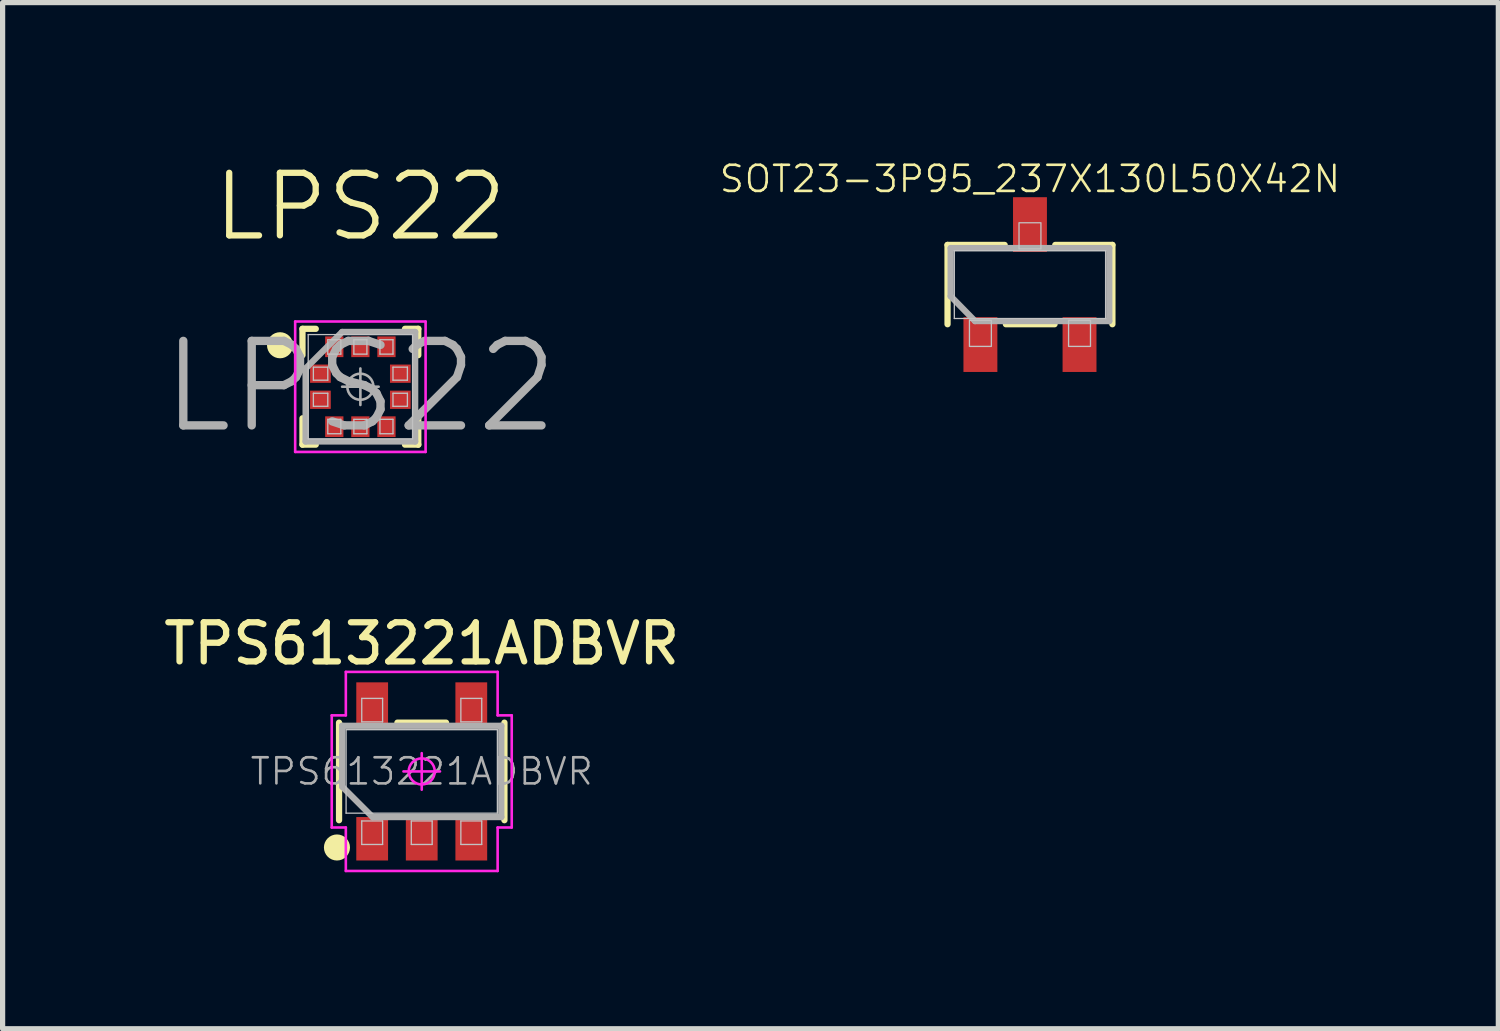
<source format=kicad_pcb>
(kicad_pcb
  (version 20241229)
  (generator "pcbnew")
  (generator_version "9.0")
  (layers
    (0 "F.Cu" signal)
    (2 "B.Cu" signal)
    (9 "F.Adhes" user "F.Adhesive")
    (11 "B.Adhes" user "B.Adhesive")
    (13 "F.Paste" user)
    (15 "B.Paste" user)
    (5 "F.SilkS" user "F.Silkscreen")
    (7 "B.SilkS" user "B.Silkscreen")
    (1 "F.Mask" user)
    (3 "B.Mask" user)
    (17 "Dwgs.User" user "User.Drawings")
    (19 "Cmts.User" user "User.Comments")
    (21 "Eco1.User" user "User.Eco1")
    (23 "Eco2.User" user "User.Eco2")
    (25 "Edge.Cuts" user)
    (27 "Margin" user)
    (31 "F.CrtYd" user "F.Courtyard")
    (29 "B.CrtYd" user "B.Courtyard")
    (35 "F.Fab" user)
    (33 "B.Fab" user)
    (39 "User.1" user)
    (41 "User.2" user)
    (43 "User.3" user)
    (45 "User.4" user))
  (footprint "LPS22"
    (layer "F.Cu")
    (at 3.858 4.363)
    (property "Reference" "LPS22" (at 0 -3.45 0) (layer "F.SilkS") (effects (font (size 1.2 1.2) (thickness 0.12))))
    (attr smd)
    (fp_line (start -1.11 -1.11) (end -0.855 -1.11) (stroke (width 0.12) (type solid)) (layer "F.SilkS"))
    (fp_line (start -1.11 -0.605) (end -1.11 -1.11) (stroke (width 0.12) (type solid)) (layer "F.SilkS"))
    (fp_line (start -1.11 0.605) (end -1.11 1.11) (stroke (width 0.12) (type solid)) (layer "F.SilkS"))
    (fp_line (start -1.11 1.11) (end -0.855 1.11) (stroke (width 0.12) (type solid)) (layer "F.SilkS"))
    (fp_line (start 1.11 -1.11) (end 0.855 -1.11) (stroke (width 0.12) (type solid)) (layer "F.SilkS"))
    (fp_line (start 1.11 -0.605) (end 1.11 -1.11) (stroke (width 0.12) (type solid)) (layer "F.SilkS"))
    (fp_line (start 1.11 0.605) (end 1.11 1.11) (stroke (width 0.12) (type solid)) (layer "F.SilkS"))
    (fp_line (start 1.11 1.11) (end 0.855 1.11) (stroke (width 0.12) (type solid)) (layer "F.SilkS"))
    (fp_circle (center -1.54 -0.795) (end -1.54 -0.67) (stroke (width 0.25) (type solid)) (fill no) (layer "F.SilkS"))
    (fp_line (start -1 -1) (end 1 -1) (stroke (width 0.025) (type solid)) (layer "Dwgs.User"))
    (fp_line (start -1 1) (end -1 -1) (stroke (width 0.025) (type solid)) (layer "Dwgs.User"))
    (fp_line (start -0.901 -0.375) (end -0.625 -0.375) (stroke (width 0.025) (type solid)) (layer "Dwgs.User"))
    (fp_line (start -0.901 -0.125) (end -0.901 -0.375) (stroke (width 0.025) (type solid)) (layer "Dwgs.User"))
    (fp_line (start -0.901 0.125) (end -0.625 0.125) (stroke (width 0.025) (type solid)) (layer "Dwgs.User"))
    (fp_line (start -0.901 0.375) (end -0.901 0.125) (stroke (width 0.025) (type solid)) (layer "Dwgs.User"))
    (fp_line (start -0.625 -0.901) (end -0.375 -0.901) (stroke (width 0.025) (type solid)) (layer "Dwgs.User"))
    (fp_line (start -0.625 -0.625) (end -0.625 -0.901) (stroke (width 0.025) (type solid)) (layer "Dwgs.User"))
    (fp_line (start -0.625 -0.375) (end -0.625 -0.125) (stroke (width 0.025) (type solid)) (layer "Dwgs.User"))
    (fp_line (start -0.625 -0.125) (end -0.901 -0.125) (stroke (width 0.025) (type solid)) (layer "Dwgs.User"))
    (fp_line (start -0.625 0.125) (end -0.625 0.375) (stroke (width 0.025) (type solid)) (layer "Dwgs.User"))
    (fp_line (start -0.625 0.375) (end -0.901 0.375) (stroke (width 0.025) (type solid)) (layer "Dwgs.User"))
    (fp_line (start -0.625 0.625) (end -0.375 0.625) (stroke (width 0.025) (type solid)) (layer "Dwgs.User"))
    (fp_line (start -0.625 0.901) (end -0.625 0.625) (stroke (width 0.025) (type solid)) (layer "Dwgs.User"))
    (fp_line (start -0.375 -0.901) (end -0.375 -0.625) (stroke (width 0.025) (type solid)) (layer "Dwgs.User"))
    (fp_line (start -0.375 -0.625) (end -0.625 -0.625) (stroke (width 0.025) (type solid)) (layer "Dwgs.User"))
    (fp_line (start -0.375 0.625) (end -0.375 0.901) (stroke (width 0.025) (type solid)) (layer "Dwgs.User"))
    (fp_line (start -0.375 0.901) (end -0.625 0.901) (stroke (width 0.025) (type solid)) (layer "Dwgs.User"))
    (fp_line (start -0.125 -0.901) (end 0.125 -0.901) (stroke (width 0.025) (type solid)) (layer "Dwgs.User"))
    (fp_line (start -0.125 -0.625) (end -0.125 -0.901) (stroke (width 0.025) (type solid)) (layer "Dwgs.User"))
    (fp_line (start -0.125 0.625) (end 0.125 0.625) (stroke (width 0.025) (type solid)) (layer "Dwgs.User"))
    (fp_line (start -0.125 0.901) (end -0.125 0.625) (stroke (width 0.025) (type solid)) (layer "Dwgs.User"))
    (fp_line (start 0.125 -0.901) (end 0.125 -0.625) (stroke (width 0.025) (type solid)) (layer "Dwgs.User"))
    (fp_line (start 0.125 -0.625) (end -0.125 -0.625) (stroke (width 0.025) (type solid)) (layer "Dwgs.User"))
    (fp_line (start 0.125 0.625) (end 0.125 0.901) (stroke (width 0.025) (type solid)) (layer "Dwgs.User"))
    (fp_line (start 0.125 0.901) (end -0.125 0.901) (stroke (width 0.025) (type solid)) (layer "Dwgs.User"))
    (fp_line (start 0.375 -0.901) (end 0.625 -0.901) (stroke (width 0.025) (type solid)) (layer "Dwgs.User"))
    (fp_line (start 0.375 -0.625) (end 0.375 -0.901) (stroke (width 0.025) (type solid)) (layer "Dwgs.User"))
    (fp_line (start 0.375 0.625) (end 0.625 0.625) (stroke (width 0.025) (type solid)) (layer "Dwgs.User"))
    (fp_line (start 0.375 0.901) (end 0.375 0.625) (stroke (width 0.025) (type solid)) (layer "Dwgs.User"))
    (fp_line (start 0.625 -0.901) (end 0.625 -0.625) (stroke (width 0.025) (type solid)) (layer "Dwgs.User"))
    (fp_line (start 0.625 -0.625) (end 0.375 -0.625) (stroke (width 0.025) (type solid)) (layer "Dwgs.User"))
    (fp_line (start 0.625 -0.375) (end 0.901 -0.375) (stroke (width 0.025) (type solid)) (layer "Dwgs.User"))
    (fp_line (start 0.625 -0.125) (end 0.625 -0.375) (stroke (width 0.025) (type solid)) (layer "Dwgs.User"))
    (fp_line (start 0.625 0.125) (end 0.901 0.125) (stroke (width 0.025) (type solid)) (layer "Dwgs.User"))
    (fp_line (start 0.625 0.375) (end 0.625 0.125) (stroke (width 0.025) (type solid)) (layer "Dwgs.User"))
    (fp_line (start 0.625 0.625) (end 0.625 0.901) (stroke (width 0.025) (type solid)) (layer "Dwgs.User"))
    (fp_line (start 0.625 0.901) (end 0.375 0.901) (stroke (width 0.025) (type solid)) (layer "Dwgs.User"))
    (fp_line (start 0.901 -0.375) (end 0.901 -0.125) (stroke (width 0.025) (type solid)) (layer "Dwgs.User"))
    (fp_line (start 0.901 -0.125) (end 0.625 -0.125) (stroke (width 0.025) (type solid)) (layer "Dwgs.User"))
    (fp_line (start 0.901 0.125) (end 0.901 0.375) (stroke (width 0.025) (type solid)) (layer "Dwgs.User"))
    (fp_line (start 0.901 0.375) (end 0.625 0.375) (stroke (width 0.025) (type solid)) (layer "Dwgs.User"))
    (fp_line (start 1 -1) (end 1 1) (stroke (width 0.025) (type solid)) (layer "Dwgs.User"))
    (fp_line (start 1 1) (end -1 1) (stroke (width 0.025) (type solid)) (layer "Dwgs.User"))
    (fp_line (start -1.25 -1.25) (end -1.25 1.25) (stroke (width 0.05) (type solid)) (layer "F.CrtYd"))
    (fp_line (start -1.25 1.25) (end 1.25 1.25) (stroke (width 0.05) (type solid)) (layer "F.CrtYd"))
    (fp_line (start 1.25 -1.25) (end -1.25 -1.25) (stroke (width 0.05) (type solid)) (layer "F.CrtYd"))
    (fp_line (start 1.25 1.25) (end 1.25 -1.25) (stroke (width 0.05) (type solid)) (layer "F.CrtYd"))
    (fp_line (start -1.05 -0.35) (end -0.35 -1.05) (stroke (width 0.12) (type solid)) (layer "F.Fab"))
    (fp_line (start -1.05 1.05) (end -1.05 -0.35) (stroke (width 0.12) (type solid)) (layer "F.Fab"))
    (fp_line (start -0.35 -1.05) (end 1.05 -1.05) (stroke (width 0.12) (type solid)) (layer "F.Fab"))
    (fp_line (start 0 -0.35) (end 0 0.35) (stroke (width 0.05) (type solid)) (layer "F.Fab"))
    (fp_line (start 0.35 0) (end -0.35 0) (stroke (width 0.05) (type solid)) (layer "F.Fab"))
    (fp_line (start 1.05 -1.05) (end 1.05 1.05) (stroke (width 0.12) (type solid)) (layer "F.Fab"))
    (fp_line (start 1.05 1.05) (end -1.05 1.05) (stroke (width 0.12) (type solid)) (layer "F.Fab"))
    (fp_circle (center 0 0) (end 0.25 0) (stroke (width 0.05) (type solid)) (fill no) (layer "F.Fab"))
    (fp_text user "${REFERENCE}" (at 0 0 0) (layer "F.Fab") (effects (font (size 1.62 1.62) (thickness 0.16))))
    (pad "1" smd rect (at -0.766 -0.25) (size 0.397 0.35) (layers "F.Cu" "F.Mask" "F.Paste"))
    (pad "2" smd rect (at -0.766 0.25) (size 0.397 0.35) (layers "F.Cu" "F.Mask" "F.Paste"))
    (pad "3" smd rect (at -0.5 0.766 90) (size 0.397 0.35) (layers "F.Cu" "F.Mask" "F.Paste"))
    (pad "4" smd rect (at 0 0.766 90) (size 0.397 0.35) (layers "F.Cu" "F.Mask" "F.Paste"))
    (pad "5" smd rect (at 0.5 0.766 90) (size 0.397 0.35) (layers "F.Cu" "F.Mask" "F.Paste"))
    (pad "6" smd rect (at 0.766 0.25) (size 0.397 0.35) (layers "F.Cu" "F.Mask" "F.Paste"))
    (pad "7" smd rect (at 0.766 -0.25) (size 0.397 0.35) (layers "F.Cu" "F.Mask" "F.Paste"))
    (pad "8" smd rect (at 0.5 -0.766 90) (size 0.397 0.35) (layers "F.Cu" "F.Mask" "F.Paste"))
    (pad "9" smd rect (at 0 -0.766 90) (size 0.397 0.35) (layers "F.Cu" "F.Mask" "F.Paste"))
    (pad "10" smd rect (at -0.5 -0.766 90) (size 0.397 0.35) (layers "F.Cu" "F.Mask" "F.Paste")))
  (footprint "TPS613221ADBVR"
    (layer "F.Cu")
    (at 5.034 11.737)
    (property "Reference" "TPS613221ADBVR" (at 0 -2.45 0) (layer "F.SilkS") (effects (font (size 0.75 0.75) (thickness 0.12))))
    (attr smd)
    (fp_line (start -1.585 0.935) (end -1.585 -0.935) (stroke (width 0.12) (type solid)) (layer "F.SilkS"))
    (fp_line (start 0.466 -0.935) (end -0.466 -0.935) (stroke (width 0.12) (type solid)) (layer "F.SilkS"))
    (fp_line (start 1.585 -0.935) (end 1.585 0.935) (stroke (width 0.12) (type solid)) (layer "F.SilkS"))
    (fp_circle (center -1.625 1.458) (end -1.625 1.583) (stroke (width 0.25) (type solid)) (fill no) (layer "F.SilkS"))
    (fp_line (start -1.45 -0.8) (end 1.45 -0.8) (stroke (width 0.025) (type solid)) (layer "Dwgs.User"))
    (fp_line (start -1.45 0.8) (end -1.45 -0.8) (stroke (width 0.025) (type solid)) (layer "Dwgs.User"))
    (fp_line (start -1.15 -1.4) (end -0.75 -1.4) (stroke (width 0.025) (type solid)) (layer "Dwgs.User"))
    (fp_line (start -1.15 -0.95) (end -1.15 -1.4) (stroke (width 0.025) (type solid)) (layer "Dwgs.User"))
    (fp_line (start -1.15 0.95) (end -0.75 0.95) (stroke (width 0.025) (type solid)) (layer "Dwgs.User"))
    (fp_line (start -1.15 1.4) (end -1.15 0.95) (stroke (width 0.025) (type solid)) (layer "Dwgs.User"))
    (fp_line (start -0.75 -1.4) (end -0.75 -0.95) (stroke (width 0.025) (type solid)) (layer "Dwgs.User"))
    (fp_line (start -0.75 -0.95) (end -1.15 -0.95) (stroke (width 0.025) (type solid)) (layer "Dwgs.User"))
    (fp_line (start -0.75 0.95) (end -0.75 1.4) (stroke (width 0.025) (type solid)) (layer "Dwgs.User"))
    (fp_line (start -0.75 1.4) (end -1.15 1.4) (stroke (width 0.025) (type solid)) (layer "Dwgs.User"))
    (fp_line (start -0.2 0.95) (end 0.2 0.95) (stroke (width 0.025) (type solid)) (layer "Dwgs.User"))
    (fp_line (start -0.2 1.4) (end -0.2 0.95) (stroke (width 0.025) (type solid)) (layer "Dwgs.User"))
    (fp_line (start 0.2 0.95) (end 0.2 1.4) (stroke (width 0.025) (type solid)) (layer "Dwgs.User"))
    (fp_line (start 0.2 1.4) (end -0.2 1.4) (stroke (width 0.025) (type solid)) (layer "Dwgs.User"))
    (fp_line (start 0.75 -1.4) (end 1.15 -1.4) (stroke (width 0.025) (type solid)) (layer "Dwgs.User"))
    (fp_line (start 0.75 -0.95) (end 0.75 -1.4) (stroke (width 0.025) (type solid)) (layer "Dwgs.User"))
    (fp_line (start 0.75 0.95) (end 1.15 0.95) (stroke (width 0.025) (type solid)) (layer "Dwgs.User"))
    (fp_line (start 0.75 1.4) (end 0.75 0.95) (stroke (width 0.025) (type solid)) (layer "Dwgs.User"))
    (fp_line (start 1.15 -1.4) (end 1.15 -0.95) (stroke (width 0.025) (type solid)) (layer "Dwgs.User"))
    (fp_line (start 1.15 -0.95) (end 0.75 -0.95) (stroke (width 0.025) (type solid)) (layer "Dwgs.User"))
    (fp_line (start 1.15 0.95) (end 1.15 1.4) (stroke (width 0.025) (type solid)) (layer "Dwgs.User"))
    (fp_line (start 1.15 1.4) (end 0.75 1.4) (stroke (width 0.025) (type solid)) (layer "Dwgs.User"))
    (fp_line (start 1.45 -0.8) (end 1.45 0.8) (stroke (width 0.025) (type solid)) (layer "Dwgs.User"))
    (fp_line (start 1.45 0.8) (end -1.45 0.8) (stroke (width 0.025) (type solid)) (layer "Dwgs.User"))
    (fp_line (start -1.725 -1.075) (end -1.725 1.075) (stroke (width 0.05) (type solid)) (layer "F.CrtYd"))
    (fp_line (start -1.725 1.075) (end -1.455 1.075) (stroke (width 0.05) (type solid)) (layer "F.CrtYd"))
    (fp_line (start -1.455 -1.908) (end -1.455 -1.075) (stroke (width 0.05) (type solid)) (layer "F.CrtYd"))
    (fp_line (start -1.455 -1.075) (end -1.725 -1.075) (stroke (width 0.05) (type solid)) (layer "F.CrtYd"))
    (fp_line (start -1.455 1.075) (end -1.455 1.908) (stroke (width 0.05) (type solid)) (layer "F.CrtYd"))
    (fp_line (start -1.455 1.908) (end 1.455 1.908) (stroke (width 0.05) (type solid)) (layer "F.CrtYd"))
    (fp_line (start -0.35 0) (end 0.35 0) (stroke (width 0.05) (type solid)) (layer "F.CrtYd"))
    (fp_line (start 0 -0.35) (end 0 0.35) (stroke (width 0.05) (type solid)) (layer "F.CrtYd"))
    (fp_line (start 1.455 -1.908) (end -1.455 -1.908) (stroke (width 0.05) (type solid)) (layer "F.CrtYd"))
    (fp_line (start 1.455 -1.075) (end 1.455 -1.908) (stroke (width 0.05) (type solid)) (layer "F.CrtYd"))
    (fp_line (start 1.455 1.075) (end 1.725 1.075) (stroke (width 0.05) (type solid)) (layer "F.CrtYd"))
    (fp_line (start 1.455 1.908) (end 1.455 1.075) (stroke (width 0.05) (type solid)) (layer "F.CrtYd"))
    (fp_line (start 1.725 -1.075) (end 1.455 -1.075) (stroke (width 0.05) (type solid)) (layer "F.CrtYd"))
    (fp_line (start 1.725 1.075) (end 1.725 -1.075) (stroke (width 0.05) (type solid)) (layer "F.CrtYd"))
    (fp_circle (center 0 0) (end 0 0.25) (stroke (width 0.05) (type solid)) (fill no) (layer "F.CrtYd"))
    (fp_line (start -1.525 -0.875) (end 1.525 -0.875) (stroke (width 0.12) (type solid)) (layer "F.Fab"))
    (fp_line (start -1.525 0.292) (end -1.525 -0.875) (stroke (width 0.12) (type solid)) (layer "F.Fab"))
    (fp_line (start -0.942 0.875) (end -1.525 0.292) (stroke (width 0.12) (type solid)) (layer "F.Fab"))
    (fp_line (start 1.525 -0.875) (end 1.525 0.875) (stroke (width 0.12) (type solid)) (layer "F.Fab"))
    (fp_line (start 1.525 0.875) (end -0.942 0.875) (stroke (width 0.12) (type solid)) (layer "F.Fab"))
    (fp_text user "${REFERENCE}" (at 0 0 0) (layer "F.Fab") (effects (font (size 0.5 0.5) (thickness 0.05))))
    (pad "1" smd rect (at -0.95 1.291 90) (size 0.833 0.609) (layers "F.Cu" "F.Mask" "F.Paste"))
    (pad "2" smd rect (at 0 1.291 90) (size 0.833 0.609) (layers "F.Cu" "F.Mask" "F.Paste"))
    (pad "3" smd rect (at 0.95 1.291 90) (size 0.833 0.609) (layers "F.Cu" "F.Mask" "F.Paste"))
    (pad "4" smd rect (at 0.95 -1.291 90) (size 0.833 0.609) (layers "F.Cu" "F.Mask" "F.Paste"))
    (pad "5" smd rect (at -0.95 -1.291 90) (size 0.833 0.609) (layers "F.Cu" "F.Mask" "F.Paste")))
  (footprint "SOT23-3P95_237X130L50X42N"
    (layer "F.Cu")
    (at 16.693 2.405)
    (property "Reference" "SOT23-3P95_237X130L50X42N" (at 0 -2.025 0) (unlocked yes) (layer "F.SilkS") (effects (font (size 0.5 0.5) (thickness 0.05))))
    (attr smd)
    (fp_line (start -1.58 -0.76) (end -0.485 -0.76) (stroke (width 0.12) (type solid)) (layer "F.SilkS"))
    (fp_line (start -1.58 0.76) (end -1.58 -0.76) (stroke (width 0.12) (type solid)) (layer "F.SilkS"))
    (fp_line (start 0.471 0.76) (end -0.461 0.76) (stroke (width 0.12) (type solid)) (layer "F.SilkS"))
    (fp_line (start 0.485 -0.76) (end 1.58 -0.76) (stroke (width 0.12) (type solid)) (layer "F.SilkS"))
    (fp_line (start 1.58 -0.76) (end 1.58 0.76) (stroke (width 0.12) (type solid)) (layer "F.SilkS"))
    (fp_line (start -1.45 -0.65) (end 1.45 -0.65) (stroke (width 0.025) (type default)) (layer "Dwgs.User"))
    (fp_line (start -1.45 0.65) (end -1.45 -0.65) (stroke (width 0.025) (type default)) (layer "Dwgs.User"))
    (fp_line (start 1.45 0.65) (end -1.45 0.65) (stroke (width 0.025) (type default)) (layer "Dwgs.User"))
    (fp_line (start 1.45 0.65) (end 1.45 -0.65) (stroke (width 0.025) (type default)) (layer "Dwgs.User"))
    (fp_rect (start -1.16 0.685) (end -0.74 1.185) (stroke (width 0.025) (type default)) (fill no) (layer "Dwgs.User"))
    (fp_rect (start -0.21 -1.185) (end 0.21 -0.685) (stroke (width 0.025) (type default)) (fill no) (layer "Dwgs.User"))
    (fp_rect (start 0.74 0.685) (end 1.16 1.185) (stroke (width 0.025) (type default)) (fill no) (layer "Dwgs.User"))
    (fp_line (start -1.52 -0.7) (end 1.52 -0.7) (stroke (width 0.12) (type solid)) (layer "F.Fab"))
    (fp_line (start -1.52 0.223) (end -1.52 -0.7) (stroke (width 0.12) (type solid)) (layer "F.Fab"))
    (fp_line (start -1.053 0.7) (end -1.52 0.223) (stroke (width 0.12) (type solid)) (layer "F.Fab"))
    (fp_line (start 1.52 -0.7) (end 1.52 0.7) (stroke (width 0.12) (type solid)) (layer "F.Fab"))
    (fp_line (start 1.52 0.7) (end -1.053 0.7) (stroke (width 0.12) (type solid)) (layer "F.Fab"))
    (pad "1" smd rect (at -0.95 1.15) (size 0.65 1.05) (layers "F.Cu" "F.Mask" "F.Paste"))
    (pad "2" smd rect (at 0.95 1.15) (size 0.65 1.05) (layers "F.Cu" "F.Mask" "F.Paste"))
    (pad "3" smd rect (at 0 -1.15) (size 0.65 1.05) (layers "F.Cu" "F.Mask" "F.Paste")))
  (gr_rect
    (start -3 -3)
    (end 25.671 16.67)
    (stroke (width 0.1) (type default))
    (fill no)
    (layer "Edge.Cuts")))
</source>
